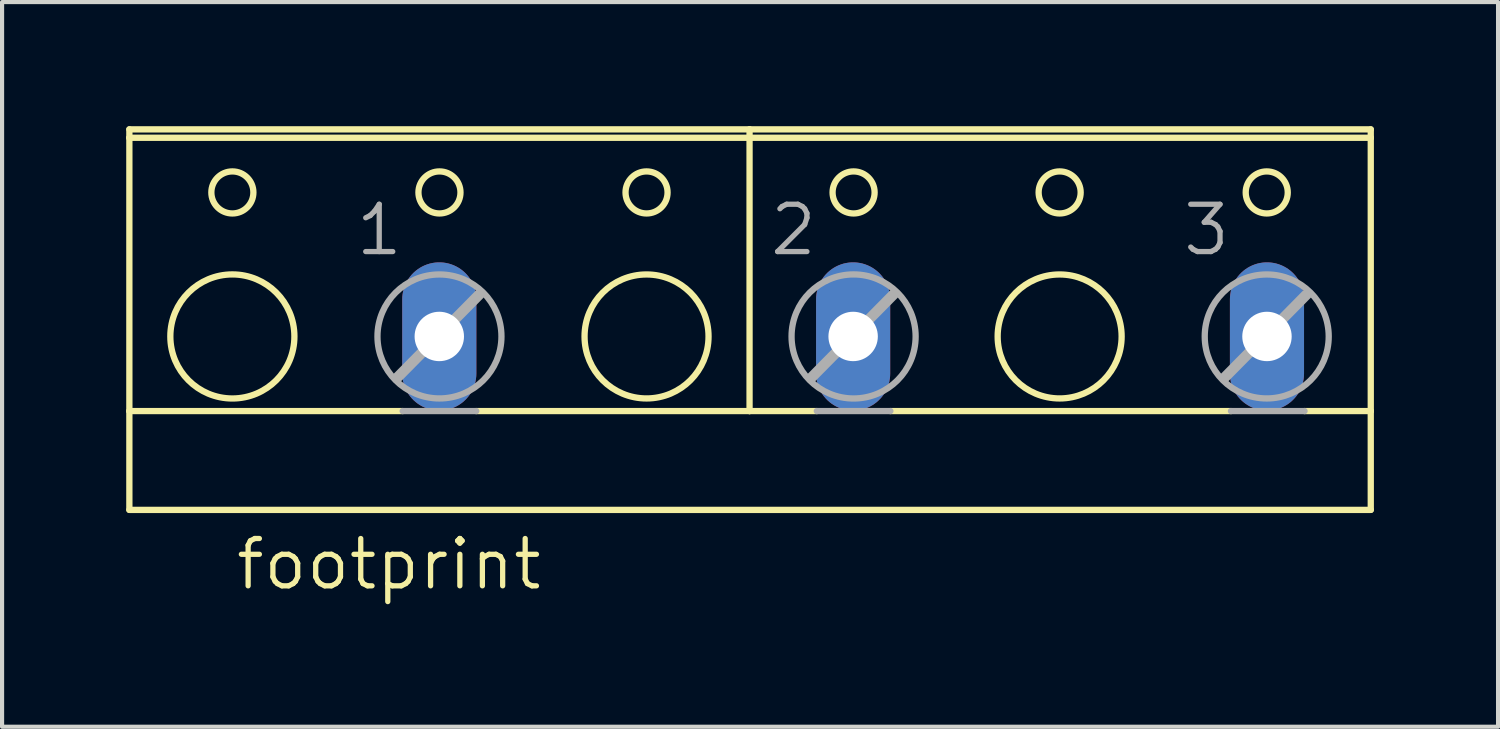
<source format=kicad_pcb>
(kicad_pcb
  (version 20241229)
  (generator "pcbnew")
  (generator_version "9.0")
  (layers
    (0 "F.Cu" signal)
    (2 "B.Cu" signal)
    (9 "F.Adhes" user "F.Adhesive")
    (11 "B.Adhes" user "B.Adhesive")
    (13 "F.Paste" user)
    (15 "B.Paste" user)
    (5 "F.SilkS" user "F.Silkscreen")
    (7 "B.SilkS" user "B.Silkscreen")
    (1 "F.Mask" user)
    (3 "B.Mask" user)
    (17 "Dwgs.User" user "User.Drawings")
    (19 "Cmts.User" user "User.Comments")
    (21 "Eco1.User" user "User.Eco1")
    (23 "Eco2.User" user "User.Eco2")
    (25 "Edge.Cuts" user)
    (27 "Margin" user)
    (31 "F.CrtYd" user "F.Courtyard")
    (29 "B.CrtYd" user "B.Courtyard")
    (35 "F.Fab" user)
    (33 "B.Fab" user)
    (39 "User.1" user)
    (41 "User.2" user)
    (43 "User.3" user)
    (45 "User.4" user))
  (footprint "footprint"
    (layer "F.Cu")
    (at 15.065 3.81)
    (property "Reference" "footprint" (at -12.475 7.442 0) (layer "F.SilkS") (effects (font (size 1.143 1.143) (thickness 0.127)) (justify left bottom)))
    (fp_line (start -14.989 -3.531) (end -14.989 -3.734) (stroke (width 0.152) (type solid)) (layer "F.SilkS"))
    (fp_line (start -14.989 3.073) (end -14.989 -3.531) (stroke (width 0.152) (type solid)) (layer "F.SilkS"))
    (fp_line (start -14.989 3.073) (end -8.385 3.073) (stroke (width 0.152) (type solid)) (layer "F.SilkS"))
    (fp_line (start -14.989 5.461) (end -14.989 3.073) (stroke (width 0.152) (type solid)) (layer "F.SilkS"))
    (fp_line (start -14.989 5.461) (end 15.008 5.461) (stroke (width 0.152) (type solid)) (layer "F.SilkS"))
    (fp_line (start -6.607 3.073) (end -0.003 3.073) (stroke (width 0.152) (type solid)) (layer "F.SilkS"))
    (fp_line (start -0.003 -3.734) (end -14.989 -3.734) (stroke (width 0.152) (type solid)) (layer "F.SilkS"))
    (fp_line (start -0.003 -3.734) (end -0.003 3.073) (stroke (width 0.152) (type solid)) (layer "F.SilkS"))
    (fp_line (start -0.003 3.073) (end 1.622 3.073) (stroke (width 0.152) (type solid)) (layer "F.SilkS"))
    (fp_line (start 3.4 3.073) (end 11.63 3.073) (stroke (width 0.152) (type solid)) (layer "F.SilkS"))
    (fp_line (start 13.408 3.073) (end 15.008 3.073) (stroke (width 0.152) (type solid)) (layer "F.SilkS"))
    (fp_line (start 15.008 -3.734) (end -0.003 -3.734) (stroke (width 0.152) (type solid)) (layer "F.SilkS"))
    (fp_line (start 15.008 -3.734) (end 15.008 -3.531) (stroke (width 0.152) (type solid)) (layer "F.SilkS"))
    (fp_line (start 15.008 -3.531) (end -14.989 -3.531) (stroke (width 0.152) (type solid)) (layer "F.SilkS"))
    (fp_line (start 15.008 -3.531) (end 15.008 3.073) (stroke (width 0.152) (type solid)) (layer "F.SilkS"))
    (fp_line (start 15.008 3.073) (end 15.008 5.461) (stroke (width 0.152) (type solid)) (layer "F.SilkS"))
    (fp_circle (center -12.5 -2.21) (end -11.992 -2.21) (stroke (width 0.152) (type solid)) (fill no) (layer "F.SilkS"))
    (fp_circle (center -12.5 1.27) (end -11.001 1.27) (stroke (width 0.152) (type solid)) (fill no) (layer "F.SilkS"))
    (fp_circle (center -7.496 -2.21) (end -6.988 -2.21) (stroke (width 0.152) (type solid)) (fill no) (layer "F.SilkS"))
    (fp_circle (center -2.492 -2.21) (end -1.984 -2.21) (stroke (width 0.152) (type solid)) (fill no) (layer "F.SilkS"))
    (fp_circle (center -2.492 1.27) (end -0.994 1.27) (stroke (width 0.152) (type solid)) (fill no) (layer "F.SilkS"))
    (fp_circle (center 2.511 -2.21) (end 3.019 -2.21) (stroke (width 0.152) (type solid)) (fill no) (layer "F.SilkS"))
    (fp_circle (center 7.49 -2.21) (end 7.998 -2.21) (stroke (width 0.152) (type solid)) (fill no) (layer "F.SilkS"))
    (fp_circle (center 7.49 1.27) (end 8.988 1.27) (stroke (width 0.152) (type solid)) (fill no) (layer "F.SilkS"))
    (fp_circle (center 12.494 -2.21) (end 13.002 -2.21) (stroke (width 0.152) (type solid)) (fill no) (layer "F.SilkS"))
    (fp_line (start -8.512 2.261) (end -6.531 0.254) (stroke (width 0.254) (type solid)) (layer "F.Fab"))
    (fp_line (start -8.385 3.073) (end -6.607 3.073) (stroke (width 0.152) (type solid)) (layer "F.Fab"))
    (fp_line (start 1.495 2.261) (end 3.477 0.254) (stroke (width 0.254) (type solid)) (layer "F.Fab"))
    (fp_line (start 1.622 3.073) (end 3.4 3.073) (stroke (width 0.152) (type solid)) (layer "F.Fab"))
    (fp_line (start 11.478 2.261) (end 13.459 0.254) (stroke (width 0.254) (type solid)) (layer "F.Fab"))
    (fp_line (start 11.63 3.073) (end 13.408 3.073) (stroke (width 0.152) (type solid)) (layer "F.Fab"))
    (fp_circle (center -7.496 1.27) (end -5.998 1.27) (stroke (width 0.152) (type solid)) (fill no) (layer "F.Fab"))
    (fp_circle (center 2.511 1.27) (end 4.01 1.27) (stroke (width 0.152) (type solid)) (fill no) (layer "F.Fab"))
    (fp_circle (center 12.494 1.27) (end 13.992 1.27) (stroke (width 0.152) (type solid)) (fill no) (layer "F.Fab"))
    (fp_text user "2" (at 0.429 -0.635 0) (layer "F.Fab") (effects (font (size 1.143 1.143) (thickness 0.127)) (justify left bottom)))
    (fp_text user "1" (at -9.579 -0.635 0) (layer "F.Fab") (effects (font (size 1.143 1.143) (thickness 0.127)) (justify left bottom)))
    (fp_text user "3" (at 10.411 -0.635 0) (layer "F.Fab") (effects (font (size 1.143 1.143) (thickness 0.127)) (justify left bottom)))
    (pad "1" thru_hole oval (at -7.5 1.27 90) (size 3.581 1.791) (drill 1.194) (layers "*.Cu" "*.Mask"))
    (pad "2" thru_hole oval (at 2.5 1.27 90) (size 3.581 1.791) (drill 1.194) (layers "*.Cu" "*.Mask"))
    (pad "3" thru_hole oval (at 12.5 1.27 90) (size 3.581 1.791) (drill 1.194) (layers "*.Cu" "*.Mask")))
  (gr_rect
    (start -3 -3)
    (end 33.149 14.511)
    (stroke (width 0.1) (type default))
    (fill no)
    (layer "Edge.Cuts")))
</source>
